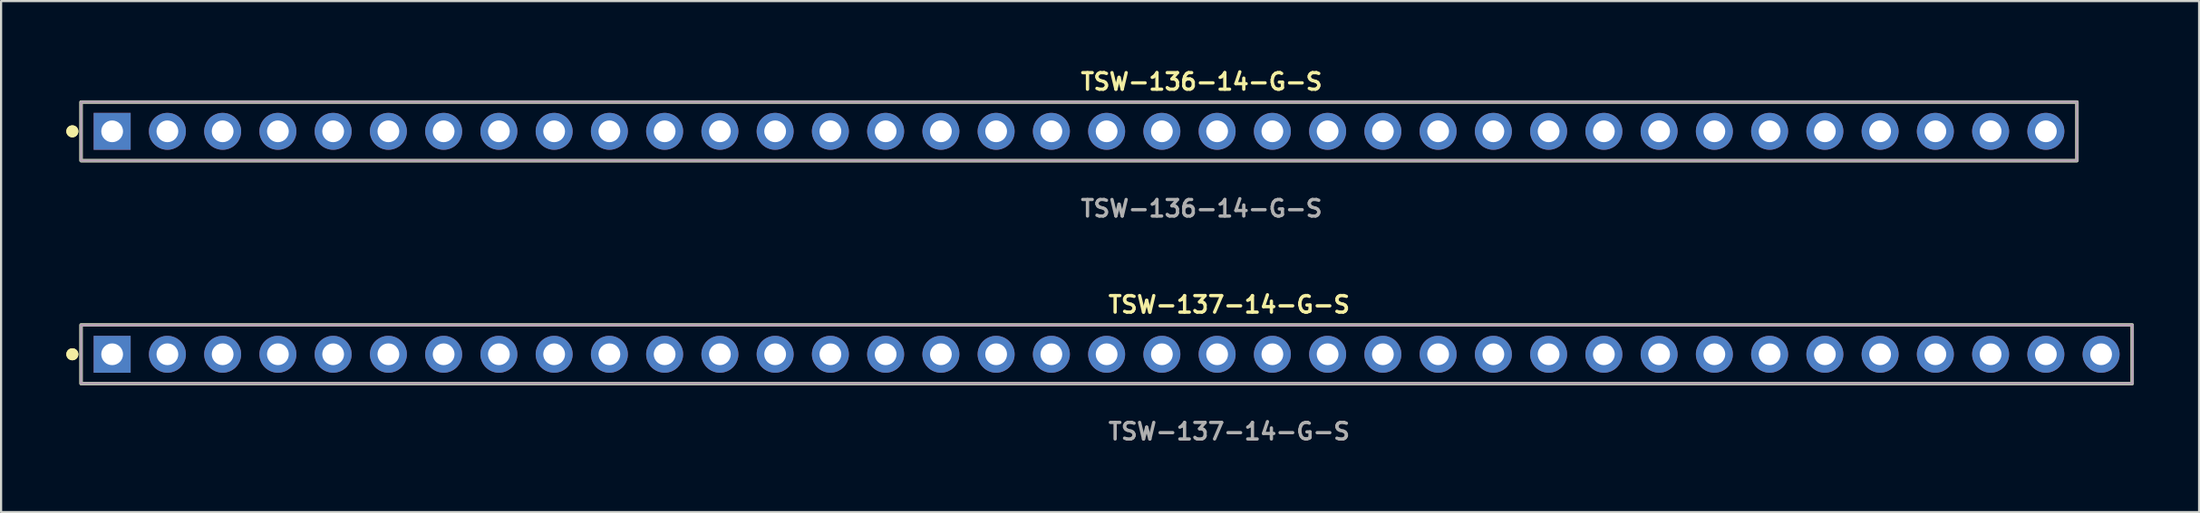
<source format=kicad_pcb>
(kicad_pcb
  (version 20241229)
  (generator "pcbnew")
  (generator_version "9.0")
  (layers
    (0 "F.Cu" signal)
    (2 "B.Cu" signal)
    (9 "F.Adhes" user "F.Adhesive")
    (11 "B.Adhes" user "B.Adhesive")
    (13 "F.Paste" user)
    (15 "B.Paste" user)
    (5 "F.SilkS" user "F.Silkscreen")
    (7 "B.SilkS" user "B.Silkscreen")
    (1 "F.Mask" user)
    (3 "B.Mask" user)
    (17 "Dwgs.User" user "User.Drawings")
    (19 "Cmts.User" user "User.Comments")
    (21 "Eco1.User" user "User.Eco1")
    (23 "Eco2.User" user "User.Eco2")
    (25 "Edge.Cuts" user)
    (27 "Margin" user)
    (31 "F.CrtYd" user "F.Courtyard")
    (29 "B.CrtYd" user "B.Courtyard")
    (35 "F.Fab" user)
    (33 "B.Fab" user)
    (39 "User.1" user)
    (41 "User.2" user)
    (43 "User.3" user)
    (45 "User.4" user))
  (footprint "TSW-137-14-G-S"
    (layer "F.Cu")
    (at 47.826 13.268)
    (property "Reference" "TSW-137-14-G-S" (at 0 -2.286 0) (unlocked yes) (layer "F.SilkS") (effects (font (size 0.762 0.762) (thickness 0.152)) (justify left)))
    (fp_rect (start -47.15 1.35) (end 47.15 -1.35) (stroke (width 0.152) (type solid)) (fill no) (layer "F.SilkS"))
    (fp_circle (center -47.55 0) (end -47.75 0) (stroke (width 0.152) (type solid)) (fill yes) (layer "F.SilkS"))
    (fp_circle (center -47.55 0) (end -47.75 0) (stroke (width 0.152) (type solid)) (fill yes) (layer "F.SilkS"))
    (fp_rect (start -47.15 1.35) (end 47.15 -1.35) (stroke (width 0.006) (type solid)) (fill no) (layer "F.CrtYd"))
    (fp_rect (start -47.15 1.35) (end 47.15 -1.35) (stroke (width 0.152) (type solid)) (fill no) (layer "F.Fab"))
    (fp_text user "${REFERENCE}" (at 0 3.556 0) (unlocked yes) (layer "F.Fab") (effects (font (size 0.762 0.762) (thickness 0.152)) (justify left)))
    (pad "1" thru_hole rect (at -45.72 0) (size 1.7 1.7) (drill 1) (layers "*.Cu" "*.Mask"))
    (pad "2" thru_hole circle (at -43.18 0) (size 1.7 1.7) (drill 1) (layers "*.Cu" "*.Mask"))
    (pad "3" thru_hole circle (at -40.64 0) (size 1.7 1.7) (drill 1) (layers "*.Cu" "*.Mask"))
    (pad "4" thru_hole circle (at -38.1 0) (size 1.7 1.7) (drill 1) (layers "*.Cu" "*.Mask"))
    (pad "5" thru_hole circle (at -35.56 0) (size 1.7 1.7) (drill 1) (layers "*.Cu" "*.Mask"))
    (pad "6" thru_hole circle (at -33.02 0) (size 1.7 1.7) (drill 1) (layers "*.Cu" "*.Mask"))
    (pad "7" thru_hole circle (at -30.48 0) (size 1.7 1.7) (drill 1) (layers "*.Cu" "*.Mask"))
    (pad "8" thru_hole circle (at -27.94 0) (size 1.7 1.7) (drill 1) (layers "*.Cu" "*.Mask"))
    (pad "9" thru_hole circle (at -25.4 0) (size 1.7 1.7) (drill 1) (layers "*.Cu" "*.Mask"))
    (pad "10" thru_hole circle (at -22.86 0) (size 1.7 1.7) (drill 1) (layers "*.Cu" "*.Mask"))
    (pad "11" thru_hole circle (at -20.32 0) (size 1.7 1.7) (drill 1) (layers "*.Cu" "*.Mask"))
    (pad "12" thru_hole circle (at -17.78 0) (size 1.7 1.7) (drill 1) (layers "*.Cu" "*.Mask"))
    (pad "13" thru_hole circle (at -15.24 0) (size 1.7 1.7) (drill 1) (layers "*.Cu" "*.Mask"))
    (pad "14" thru_hole circle (at -12.7 0) (size 1.7 1.7) (drill 1) (layers "*.Cu" "*.Mask"))
    (pad "15" thru_hole circle (at -10.16 0) (size 1.7 1.7) (drill 1) (layers "*.Cu" "*.Mask"))
    (pad "16" thru_hole circle (at -7.62 0) (size 1.7 1.7) (drill 1) (layers "*.Cu" "*.Mask"))
    (pad "17" thru_hole circle (at -5.08 0) (size 1.7 1.7) (drill 1) (layers "*.Cu" "*.Mask"))
    (pad "18" thru_hole circle (at -2.54 0) (size 1.7 1.7) (drill 1) (layers "*.Cu" "*.Mask"))
    (pad "19" thru_hole circle (at 0 0) (size 1.7 1.7) (drill 1) (layers "*.Cu" "*.Mask"))
    (pad "20" thru_hole circle (at 2.54 0) (size 1.7 1.7) (drill 1) (layers "*.Cu" "*.Mask"))
    (pad "21" thru_hole circle (at 5.08 0) (size 1.7 1.7) (drill 1) (layers "*.Cu" "*.Mask"))
    (pad "22" thru_hole circle (at 7.62 0) (size 1.7 1.7) (drill 1) (layers "*.Cu" "*.Mask"))
    (pad "23" thru_hole circle (at 10.16 0) (size 1.7 1.7) (drill 1) (layers "*.Cu" "*.Mask"))
    (pad "24" thru_hole circle (at 12.7 0) (size 1.7 1.7) (drill 1) (layers "*.Cu" "*.Mask"))
    (pad "25" thru_hole circle (at 15.24 0) (size 1.7 1.7) (drill 1) (layers "*.Cu" "*.Mask"))
    (pad "26" thru_hole circle (at 17.78 0) (size 1.7 1.7) (drill 1) (layers "*.Cu" "*.Mask"))
    (pad "27" thru_hole circle (at 20.32 0) (size 1.7 1.7) (drill 1) (layers "*.Cu" "*.Mask"))
    (pad "28" thru_hole circle (at 22.86 0) (size 1.7 1.7) (drill 1) (layers "*.Cu" "*.Mask"))
    (pad "29" thru_hole circle (at 25.4 0) (size 1.7 1.7) (drill 1) (layers "*.Cu" "*.Mask"))
    (pad "30" thru_hole circle (at 27.94 0) (size 1.7 1.7) (drill 1) (layers "*.Cu" "*.Mask"))
    (pad "31" thru_hole circle (at 30.48 0) (size 1.7 1.7) (drill 1) (layers "*.Cu" "*.Mask"))
    (pad "32" thru_hole circle (at 33.02 0) (size 1.7 1.7) (drill 1) (layers "*.Cu" "*.Mask"))
    (pad "33" thru_hole circle (at 35.56 0) (size 1.7 1.7) (drill 1) (layers "*.Cu" "*.Mask"))
    (pad "34" thru_hole circle (at 38.1 0) (size 1.7 1.7) (drill 1) (layers "*.Cu" "*.Mask"))
    (pad "35" thru_hole circle (at 40.64 0) (size 1.7 1.7) (drill 1) (layers "*.Cu" "*.Mask"))
    (pad "36" thru_hole circle (at 43.18 0) (size 1.7 1.7) (drill 1) (layers "*.Cu" "*.Mask"))
    (pad "37" thru_hole circle (at 45.72 0) (size 1.7 1.7) (drill 1) (layers "*.Cu" "*.Mask")))
  (footprint "TSW-136-14-G-S"
    (layer "F.Cu")
    (at 46.556 2.999)
    (property "Reference" "TSW-136-14-G-S" (at 0 -2.286 0) (unlocked yes) (layer "F.SilkS") (effects (font (size 0.762 0.762) (thickness 0.152)) (justify left)))
    (fp_rect (start -45.88 1.35) (end 45.88 -1.35) (stroke (width 0.152) (type solid)) (fill no) (layer "F.SilkS"))
    (fp_circle (center -46.28 0) (end -46.48 0) (stroke (width 0.152) (type solid)) (fill yes) (layer "F.SilkS"))
    (fp_circle (center -46.28 0) (end -46.48 0) (stroke (width 0.152) (type solid)) (fill yes) (layer "F.SilkS"))
    (fp_rect (start -45.88 1.35) (end 45.88 -1.35) (stroke (width 0.006) (type solid)) (fill no) (layer "F.CrtYd"))
    (fp_rect (start -45.88 1.35) (end 45.88 -1.35) (stroke (width 0.152) (type solid)) (fill no) (layer "F.Fab"))
    (fp_text user "${REFERENCE}" (at 0 3.556 0) (unlocked yes) (layer "F.Fab") (effects (font (size 0.762 0.762) (thickness 0.152)) (justify left)))
    (pad "1" thru_hole rect (at -44.45 0) (size 1.7 1.7) (drill 1) (layers "*.Cu" "*.Mask"))
    (pad "2" thru_hole circle (at -41.91 0) (size 1.7 1.7) (drill 1) (layers "*.Cu" "*.Mask"))
    (pad "3" thru_hole circle (at -39.37 0) (size 1.7 1.7) (drill 1) (layers "*.Cu" "*.Mask"))
    (pad "4" thru_hole circle (at -36.83 0) (size 1.7 1.7) (drill 1) (layers "*.Cu" "*.Mask"))
    (pad "5" thru_hole circle (at -34.29 0) (size 1.7 1.7) (drill 1) (layers "*.Cu" "*.Mask"))
    (pad "6" thru_hole circle (at -31.75 0) (size 1.7 1.7) (drill 1) (layers "*.Cu" "*.Mask"))
    (pad "7" thru_hole circle (at -29.21 0) (size 1.7 1.7) (drill 1) (layers "*.Cu" "*.Mask"))
    (pad "8" thru_hole circle (at -26.67 0) (size 1.7 1.7) (drill 1) (layers "*.Cu" "*.Mask"))
    (pad "9" thru_hole circle (at -24.13 0) (size 1.7 1.7) (drill 1) (layers "*.Cu" "*.Mask"))
    (pad "10" thru_hole circle (at -21.59 0) (size 1.7 1.7) (drill 1) (layers "*.Cu" "*.Mask"))
    (pad "11" thru_hole circle (at -19.05 0) (size 1.7 1.7) (drill 1) (layers "*.Cu" "*.Mask"))
    (pad "12" thru_hole circle (at -16.51 0) (size 1.7 1.7) (drill 1) (layers "*.Cu" "*.Mask"))
    (pad "13" thru_hole circle (at -13.97 0) (size 1.7 1.7) (drill 1) (layers "*.Cu" "*.Mask"))
    (pad "14" thru_hole circle (at -11.43 0) (size 1.7 1.7) (drill 1) (layers "*.Cu" "*.Mask"))
    (pad "15" thru_hole circle (at -8.89 0) (size 1.7 1.7) (drill 1) (layers "*.Cu" "*.Mask"))
    (pad "16" thru_hole circle (at -6.35 0) (size 1.7 1.7) (drill 1) (layers "*.Cu" "*.Mask"))
    (pad "17" thru_hole circle (at -3.81 0) (size 1.7 1.7) (drill 1) (layers "*.Cu" "*.Mask"))
    (pad "18" thru_hole circle (at -1.27 0) (size 1.7 1.7) (drill 1) (layers "*.Cu" "*.Mask"))
    (pad "19" thru_hole circle (at 1.27 0) (size 1.7 1.7) (drill 1) (layers "*.Cu" "*.Mask"))
    (pad "20" thru_hole circle (at 3.81 0) (size 1.7 1.7) (drill 1) (layers "*.Cu" "*.Mask"))
    (pad "21" thru_hole circle (at 6.35 0) (size 1.7 1.7) (drill 1) (layers "*.Cu" "*.Mask"))
    (pad "22" thru_hole circle (at 8.89 0) (size 1.7 1.7) (drill 1) (layers "*.Cu" "*.Mask"))
    (pad "23" thru_hole circle (at 11.43 0) (size 1.7 1.7) (drill 1) (layers "*.Cu" "*.Mask"))
    (pad "24" thru_hole circle (at 13.97 0) (size 1.7 1.7) (drill 1) (layers "*.Cu" "*.Mask"))
    (pad "25" thru_hole circle (at 16.51 0) (size 1.7 1.7) (drill 1) (layers "*.Cu" "*.Mask"))
    (pad "26" thru_hole circle (at 19.05 0) (size 1.7 1.7) (drill 1) (layers "*.Cu" "*.Mask"))
    (pad "27" thru_hole circle (at 21.59 0) (size 1.7 1.7) (drill 1) (layers "*.Cu" "*.Mask"))
    (pad "28" thru_hole circle (at 24.13 0) (size 1.7 1.7) (drill 1) (layers "*.Cu" "*.Mask"))
    (pad "29" thru_hole circle (at 26.67 0) (size 1.7 1.7) (drill 1) (layers "*.Cu" "*.Mask"))
    (pad "30" thru_hole circle (at 29.21 0) (size 1.7 1.7) (drill 1) (layers "*.Cu" "*.Mask"))
    (pad "31" thru_hole circle (at 31.75 0) (size 1.7 1.7) (drill 1) (layers "*.Cu" "*.Mask"))
    (pad "32" thru_hole circle (at 34.29 0) (size 1.7 1.7) (drill 1) (layers "*.Cu" "*.Mask"))
    (pad "33" thru_hole circle (at 36.83 0) (size 1.7 1.7) (drill 1) (layers "*.Cu" "*.Mask"))
    (pad "34" thru_hole circle (at 39.37 0) (size 1.7 1.7) (drill 1) (layers "*.Cu" "*.Mask"))
    (pad "35" thru_hole circle (at 41.91 0) (size 1.7 1.7) (drill 1) (layers "*.Cu" "*.Mask"))
    (pad "36" thru_hole circle (at 44.45 0) (size 1.7 1.7) (drill 1) (layers "*.Cu" "*.Mask")))
  (gr_rect
    (start -3 -3)
    (end 98.052 20.537)
    (stroke (width 0.1) (type default))
    (fill no)
    (layer "Edge.Cuts")))
</source>
